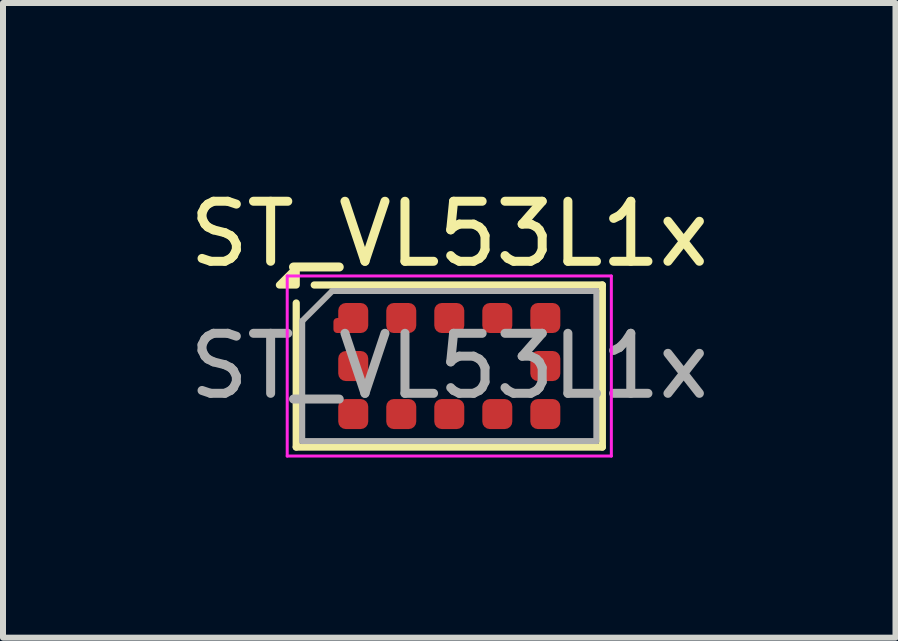
<source format=kicad_pcb>
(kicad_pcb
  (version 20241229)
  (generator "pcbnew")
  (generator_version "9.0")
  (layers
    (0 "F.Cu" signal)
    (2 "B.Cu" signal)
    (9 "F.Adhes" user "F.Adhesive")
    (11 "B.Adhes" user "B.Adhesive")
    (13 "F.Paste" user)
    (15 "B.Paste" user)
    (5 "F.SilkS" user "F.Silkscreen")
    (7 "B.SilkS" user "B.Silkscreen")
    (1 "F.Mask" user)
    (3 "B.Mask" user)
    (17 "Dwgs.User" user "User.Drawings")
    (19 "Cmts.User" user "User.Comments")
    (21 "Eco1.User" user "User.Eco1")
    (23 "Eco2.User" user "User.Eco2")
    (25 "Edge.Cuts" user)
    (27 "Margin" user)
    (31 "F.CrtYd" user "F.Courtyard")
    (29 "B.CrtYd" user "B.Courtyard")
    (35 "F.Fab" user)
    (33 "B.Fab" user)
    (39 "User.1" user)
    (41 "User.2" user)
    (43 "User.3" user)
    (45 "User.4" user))
  (footprint "ST_VL53L1x"
    (layer "F.Cu")
    (at 4.435 3.048)
    (property "Reference" "ST_VL53L1x" (at 0 -2.2 0) (layer "F.SilkS") (effects (font (size 1 1) (thickness 0.15))))
    (attr smd)
    (fp_line (start -2.55 -1.05) (end -2.55 1.35) (stroke (width 0.12) (type solid)) (layer "F.SilkS"))
    (fp_line (start -2.55 1.35) (end 2.55 1.35) (stroke (width 0.12) (type solid)) (layer "F.SilkS"))
    (fp_line (start 2.55 -1.35) (end -2.25 -1.35) (stroke (width 0.12) (type solid)) (layer "F.SilkS"))
    (fp_line (start 2.55 1.35) (end 2.55 -1.35) (stroke (width 0.12) (type solid)) (layer "F.SilkS"))
    (fp_poly (pts (xy -2.55 -1.35) (xy -2.83 -1.35) (xy -2.55 -1.63) (xy -2.55 -1.35)) (stroke (width 0.12) (type solid)) (fill yes) (layer "F.SilkS"))
    (fp_line (start -2.7 -1.5) (end -2.7 1.5) (stroke (width 0.05) (type solid)) (layer "F.CrtYd"))
    (fp_line (start -2.7 1.5) (end 2.7 1.5) (stroke (width 0.05) (type solid)) (layer "F.CrtYd"))
    (fp_line (start 2.7 -1.5) (end -2.7 -1.5) (stroke (width 0.05) (type solid)) (layer "F.CrtYd"))
    (fp_line (start 2.7 1.5) (end 2.7 -1.5) (stroke (width 0.05) (type solid)) (layer "F.CrtYd"))
    (fp_line (start -2.45 -0.75) (end -2.45 1.25) (stroke (width 0.1) (type solid)) (layer "F.Fab"))
    (fp_line (start -2.45 -0.75) (end -1.95 -1.25) (stroke (width 0.1) (type solid)) (layer "F.Fab"))
    (fp_line (start -1.95 -1.25) (end 2.45 -1.25) (stroke (width 0.1) (type solid)) (layer "F.Fab"))
    (fp_line (start 2.45 -1.25) (end 2.45 1.25) (stroke (width 0.1) (type solid)) (layer "F.Fab"))
    (fp_line (start 2.45 1.25) (end -2.45 1.25) (stroke (width 0.1) (type solid)) (layer "F.Fab"))
    (fp_text user "${REFERENCE}" (at 0 0 0) (layer "F.Fab") (effects (font (size 1 1) (thickness 0.15))))
    (pad "1" smd roundrect (at -1.74 -0.675) (size 0.38 0.25) (layers "F.Cu" "F.Mask" "F.Paste") (roundrect_rratio 0.25))
    (pad "1" smd roundrect (at -1.6 -0.8) (size 0.5 0.5) (layers "F.Cu" "F.Mask" "F.Paste") (roundrect_rratio 0.25))
    (pad "2" smd roundrect (at -0.8 -0.8) (size 0.5 0.5) (layers "F.Cu" "F.Mask" "F.Paste") (roundrect_rratio 0.25))
    (pad "3" smd roundrect (at 0 -0.8) (size 0.5 0.5) (layers "F.Cu" "F.Mask" "F.Paste") (roundrect_rratio 0.25))
    (pad "4" smd roundrect (at 0.8 -0.8) (size 0.5 0.5) (layers "F.Cu" "F.Mask" "F.Paste") (roundrect_rratio 0.25))
    (pad "5" smd roundrect (at 1.6 -0.8) (size 0.5 0.5) (layers "F.Cu" "F.Mask" "F.Paste") (roundrect_rratio 0.25))
    (pad "6" smd roundrect (at 1.6 0) (size 0.5 0.5) (layers "F.Cu" "F.Mask" "F.Paste") (roundrect_rratio 0.25))
    (pad "7" smd roundrect (at 1.6 0.8) (size 0.5 0.5) (layers "F.Cu" "F.Mask" "F.Paste") (roundrect_rratio 0.25))
    (pad "8" smd roundrect (at 0.8 0.8) (size 0.5 0.5) (layers "F.Cu" "F.Mask" "F.Paste") (roundrect_rratio 0.25))
    (pad "9" smd roundrect (at 0 0.8) (size 0.5 0.5) (layers "F.Cu" "F.Mask" "F.Paste") (roundrect_rratio 0.25))
    (pad "10" smd roundrect (at -0.8 0.8) (size 0.5 0.5) (layers "F.Cu" "F.Mask" "F.Paste") (roundrect_rratio 0.25))
    (pad "11" smd roundrect (at -1.6 0.8) (size 0.5 0.5) (layers "F.Cu" "F.Mask" "F.Paste") (roundrect_rratio 0.25))
    (pad "12" smd roundrect (at -1.6 0) (size 0.5 0.5) (layers "F.Cu" "F.Mask" "F.Paste") (roundrect_rratio 0.25)))
  (gr_rect
    (start -3 -3)
    (end 11.869 7.573)
    (stroke (width 0.1) (type default))
    (fill no)
    (layer "Edge.Cuts")))
</source>
